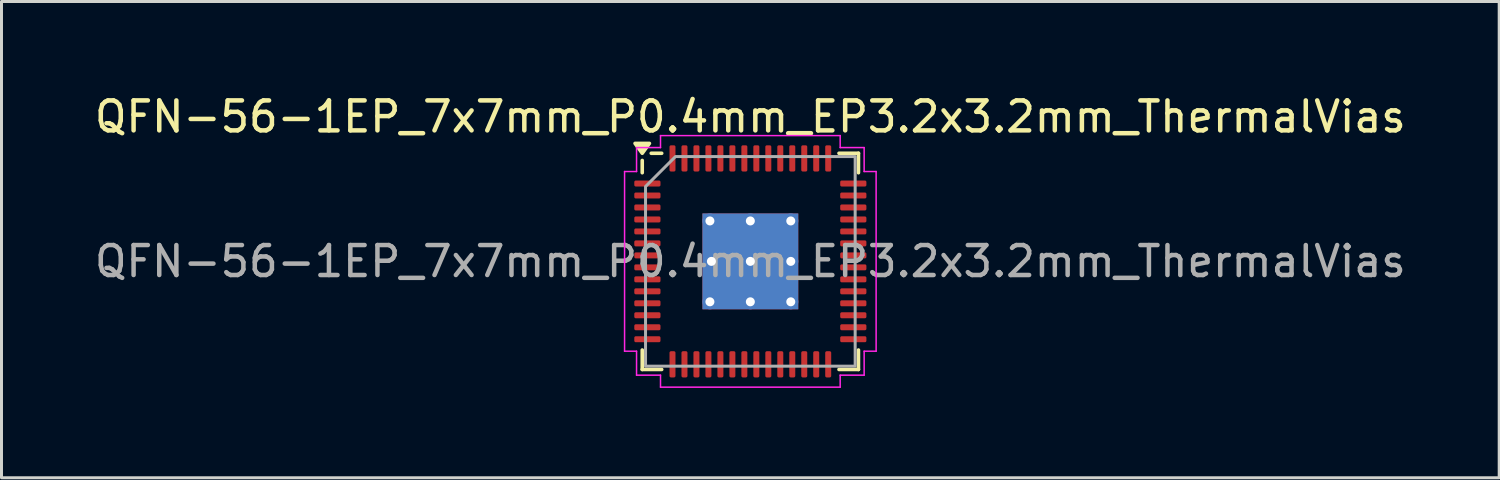
<source format=kicad_pcb>
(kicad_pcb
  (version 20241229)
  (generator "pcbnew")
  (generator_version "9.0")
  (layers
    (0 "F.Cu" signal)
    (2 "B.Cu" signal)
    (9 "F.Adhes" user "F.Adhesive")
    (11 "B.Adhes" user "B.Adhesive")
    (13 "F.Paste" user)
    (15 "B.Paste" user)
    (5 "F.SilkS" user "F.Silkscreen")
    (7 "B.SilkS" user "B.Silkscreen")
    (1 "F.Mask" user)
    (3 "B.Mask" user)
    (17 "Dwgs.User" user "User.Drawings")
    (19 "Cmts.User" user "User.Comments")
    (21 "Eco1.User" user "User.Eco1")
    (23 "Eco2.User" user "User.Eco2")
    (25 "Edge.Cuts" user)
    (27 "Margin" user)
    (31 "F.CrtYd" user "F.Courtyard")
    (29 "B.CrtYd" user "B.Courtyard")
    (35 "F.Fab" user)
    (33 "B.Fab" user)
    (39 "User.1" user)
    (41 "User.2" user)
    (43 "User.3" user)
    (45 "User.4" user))
  (footprint "QFN-56-1EP_7x7mm_P0.4mm_EP3.2x3.2mm_ThermalVias"
    (layer "F.Cu")
    (at 22.006 5.678)
    (property "Reference" "QFN-56-1EP_7x7mm_P0.4mm_EP3.2x3.2mm_ThermalVias" (at 0 -4.83 0) (layer "F.SilkS") (effects (font (size 1 1) (thickness 0.15))))
    (attr smd)
    (fp_line (start -3.61 -2.96) (end -3.61 -3.37) (stroke (width 0.12) (type solid)) (layer "F.SilkS"))
    (fp_line (start -3.61 3.61) (end -3.61 2.96) (stroke (width 0.12) (type solid)) (layer "F.SilkS"))
    (fp_line (start -2.96 -3.61) (end -3.31 -3.61) (stroke (width 0.12) (type solid)) (layer "F.SilkS"))
    (fp_line (start -2.96 3.61) (end -3.61 3.61) (stroke (width 0.12) (type solid)) (layer "F.SilkS"))
    (fp_line (start 2.96 -3.61) (end 3.61 -3.61) (stroke (width 0.12) (type solid)) (layer "F.SilkS"))
    (fp_line (start 2.96 3.61) (end 3.61 3.61) (stroke (width 0.12) (type solid)) (layer "F.SilkS"))
    (fp_line (start 3.61 -3.61) (end 3.61 -2.96) (stroke (width 0.12) (type solid)) (layer "F.SilkS"))
    (fp_line (start 3.61 3.61) (end 3.61 2.96) (stroke (width 0.12) (type solid)) (layer "F.SilkS"))
    (fp_poly (pts (xy -3.61 -3.61) (xy -3.85 -3.94) (xy -3.37 -3.94)) (stroke (width 0.12) (type solid)) (fill yes) (layer "F.SilkS"))
    (fp_line (start -4.2 -3) (end -3.8 -3) (stroke (width 0.05) (type solid)) (layer "F.CrtYd"))
    (fp_line (start -4.2 3) (end -4.2 -3) (stroke (width 0.05) (type solid)) (layer "F.CrtYd"))
    (fp_line (start -3.8 -3.8) (end -3 -3.8) (stroke (width 0.05) (type solid)) (layer "F.CrtYd"))
    (fp_line (start -3.8 -3) (end -3.8 -3.8) (stroke (width 0.05) (type solid)) (layer "F.CrtYd"))
    (fp_line (start -3.8 3) (end -4.2 3) (stroke (width 0.05) (type solid)) (layer "F.CrtYd"))
    (fp_line (start -3.8 3.8) (end -3.8 3) (stroke (width 0.05) (type solid)) (layer "F.CrtYd"))
    (fp_line (start -3 -4.2) (end 3 -4.2) (stroke (width 0.05) (type solid)) (layer "F.CrtYd"))
    (fp_line (start -3 -3.8) (end -3 -4.2) (stroke (width 0.05) (type solid)) (layer "F.CrtYd"))
    (fp_line (start -3 3.8) (end -3.8 3.8) (stroke (width 0.05) (type solid)) (layer "F.CrtYd"))
    (fp_line (start -3 4.2) (end -3 3.8) (stroke (width 0.05) (type solid)) (layer "F.CrtYd"))
    (fp_line (start 3 -4.2) (end 3 -3.8) (stroke (width 0.05) (type solid)) (layer "F.CrtYd"))
    (fp_line (start 3 -3.8) (end 3.8 -3.8) (stroke (width 0.05) (type solid)) (layer "F.CrtYd"))
    (fp_line (start 3 3.8) (end 3 4.2) (stroke (width 0.05) (type solid)) (layer "F.CrtYd"))
    (fp_line (start 3 4.2) (end -3 4.2) (stroke (width 0.05) (type solid)) (layer "F.CrtYd"))
    (fp_line (start 3.8 -3.8) (end 3.8 -3) (stroke (width 0.05) (type solid)) (layer "F.CrtYd"))
    (fp_line (start 3.8 -3) (end 4.2 -3) (stroke (width 0.05) (type solid)) (layer "F.CrtYd"))
    (fp_line (start 3.8 3) (end 3.8 3.8) (stroke (width 0.05) (type solid)) (layer "F.CrtYd"))
    (fp_line (start 3.8 3.8) (end 3 3.8) (stroke (width 0.05) (type solid)) (layer "F.CrtYd"))
    (fp_line (start 4.2 -3) (end 4.2 3) (stroke (width 0.05) (type solid)) (layer "F.CrtYd"))
    (fp_line (start 4.2 3) (end 3.8 3) (stroke (width 0.05) (type solid)) (layer "F.CrtYd"))
    (fp_poly (pts (xy -3.5 -2.5) (xy -3.5 3.5) (xy 3.5 3.5) (xy 3.5 -3.5) (xy -2.5 -3.5)) (stroke (width 0.1) (type solid)) (fill no) (layer "F.Fab"))
    (fp_text user "${REFERENCE}" (at 0 0 0) (layer "F.Fab") (effects (font (size 1 1) (thickness 0.15))))
    (pad "" smd roundrect (at -0.8 -0.8) (size 1.24 1.24) (layers "F.Paste") (roundrect_rratio 0.202))
    (pad "" smd roundrect (at -0.8 0.8) (size 1.24 1.24) (layers "F.Paste") (roundrect_rratio 0.202))
    (pad "" smd roundrect (at 0.8 -0.8) (size 1.24 1.24) (layers "F.Paste") (roundrect_rratio 0.202))
    (pad "" smd roundrect (at 0.8 0.8) (size 1.24 1.24) (layers "F.Paste") (roundrect_rratio 0.202))
    (pad "1" smd roundrect (at -3.438 -2.6) (size 0.875 0.2) (layers "F.Cu" "F.Mask" "F.Paste") (roundrect_rratio 0.25))
    (pad "2" smd roundrect (at -3.438 -2.2) (size 0.875 0.2) (layers "F.Cu" "F.Mask" "F.Paste") (roundrect_rratio 0.25))
    (pad "3" smd roundrect (at -3.438 -1.8) (size 0.875 0.2) (layers "F.Cu" "F.Mask" "F.Paste") (roundrect_rratio 0.25))
    (pad "4" smd roundrect (at -3.438 -1.4) (size 0.875 0.2) (layers "F.Cu" "F.Mask" "F.Paste") (roundrect_rratio 0.25))
    (pad "5" smd roundrect (at -3.438 -1) (size 0.875 0.2) (layers "F.Cu" "F.Mask" "F.Paste") (roundrect_rratio 0.25))
    (pad "6" smd roundrect (at -3.438 -0.6) (size 0.875 0.2) (layers "F.Cu" "F.Mask" "F.Paste") (roundrect_rratio 0.25))
    (pad "7" smd roundrect (at -3.438 -0.2) (size 0.875 0.2) (layers "F.Cu" "F.Mask" "F.Paste") (roundrect_rratio 0.25))
    (pad "8" smd roundrect (at -3.438 0.2) (size 0.875 0.2) (layers "F.Cu" "F.Mask" "F.Paste") (roundrect_rratio 0.25))
    (pad "9" smd roundrect (at -3.438 0.6) (size 0.875 0.2) (layers "F.Cu" "F.Mask" "F.Paste") (roundrect_rratio 0.25))
    (pad "10" smd roundrect (at -3.438 1) (size 0.875 0.2) (layers "F.Cu" "F.Mask" "F.Paste") (roundrect_rratio 0.25))
    (pad "11" smd roundrect (at -3.438 1.4) (size 0.875 0.2) (layers "F.Cu" "F.Mask" "F.Paste") (roundrect_rratio 0.25))
    (pad "12" smd roundrect (at -3.438 1.8) (size 0.875 0.2) (layers "F.Cu" "F.Mask" "F.Paste") (roundrect_rratio 0.25))
    (pad "13" smd roundrect (at -3.438 2.2) (size 0.875 0.2) (layers "F.Cu" "F.Mask" "F.Paste") (roundrect_rratio 0.25))
    (pad "14" smd roundrect (at -3.438 2.6) (size 0.875 0.2) (layers "F.Cu" "F.Mask" "F.Paste") (roundrect_rratio 0.25))
    (pad "15" smd roundrect (at -2.6 3.438) (size 0.2 0.875) (layers "F.Cu" "F.Mask" "F.Paste") (roundrect_rratio 0.25))
    (pad "16" smd roundrect (at -2.2 3.438) (size 0.2 0.875) (layers "F.Cu" "F.Mask" "F.Paste") (roundrect_rratio 0.25))
    (pad "17" smd roundrect (at -1.8 3.438) (size 0.2 0.875) (layers "F.Cu" "F.Mask" "F.Paste") (roundrect_rratio 0.25))
    (pad "18" smd roundrect (at -1.4 3.438) (size 0.2 0.875) (layers "F.Cu" "F.Mask" "F.Paste") (roundrect_rratio 0.25))
    (pad "19" smd roundrect (at -1 3.438) (size 0.2 0.875) (layers "F.Cu" "F.Mask" "F.Paste") (roundrect_rratio 0.25))
    (pad "20" smd roundrect (at -0.6 3.438) (size 0.2 0.875) (layers "F.Cu" "F.Mask" "F.Paste") (roundrect_rratio 0.25))
    (pad "21" smd roundrect (at -0.2 3.438) (size 0.2 0.875) (layers "F.Cu" "F.Mask" "F.Paste") (roundrect_rratio 0.25))
    (pad "22" smd roundrect (at 0.2 3.438) (size 0.2 0.875) (layers "F.Cu" "F.Mask" "F.Paste") (roundrect_rratio 0.25))
    (pad "23" smd roundrect (at 0.6 3.438) (size 0.2 0.875) (layers "F.Cu" "F.Mask" "F.Paste") (roundrect_rratio 0.25))
    (pad "24" smd roundrect (at 1 3.438) (size 0.2 0.875) (layers "F.Cu" "F.Mask" "F.Paste") (roundrect_rratio 0.25))
    (pad "25" smd roundrect (at 1.4 3.438) (size 0.2 0.875) (layers "F.Cu" "F.Mask" "F.Paste") (roundrect_rratio 0.25))
    (pad "26" smd roundrect (at 1.8 3.438) (size 0.2 0.875) (layers "F.Cu" "F.Mask" "F.Paste") (roundrect_rratio 0.25))
    (pad "27" smd roundrect (at 2.2 3.438) (size 0.2 0.875) (layers "F.Cu" "F.Mask" "F.Paste") (roundrect_rratio 0.25))
    (pad "28" smd roundrect (at 2.6 3.438) (size 0.2 0.875) (layers "F.Cu" "F.Mask" "F.Paste") (roundrect_rratio 0.25))
    (pad "29" smd roundrect (at 3.438 2.6) (size 0.875 0.2) (layers "F.Cu" "F.Mask" "F.Paste") (roundrect_rratio 0.25))
    (pad "30" smd roundrect (at 3.438 2.2) (size 0.875 0.2) (layers "F.Cu" "F.Mask" "F.Paste") (roundrect_rratio 0.25))
    (pad "31" smd roundrect (at 3.438 1.8) (size 0.875 0.2) (layers "F.Cu" "F.Mask" "F.Paste") (roundrect_rratio 0.25))
    (pad "32" smd roundrect (at 3.438 1.4) (size 0.875 0.2) (layers "F.Cu" "F.Mask" "F.Paste") (roundrect_rratio 0.25))
    (pad "33" smd roundrect (at 3.438 1) (size 0.875 0.2) (layers "F.Cu" "F.Mask" "F.Paste") (roundrect_rratio 0.25))
    (pad "34" smd roundrect (at 3.438 0.6) (size 0.875 0.2) (layers "F.Cu" "F.Mask" "F.Paste") (roundrect_rratio 0.25))
    (pad "35" smd roundrect (at 3.438 0.2) (size 0.875 0.2) (layers "F.Cu" "F.Mask" "F.Paste") (roundrect_rratio 0.25))
    (pad "36" smd roundrect (at 3.438 -0.2) (size 0.875 0.2) (layers "F.Cu" "F.Mask" "F.Paste") (roundrect_rratio 0.25))
    (pad "37" smd roundrect (at 3.438 -0.6) (size 0.875 0.2) (layers "F.Cu" "F.Mask" "F.Paste") (roundrect_rratio 0.25))
    (pad "38" smd roundrect (at 3.438 -1) (size 0.875 0.2) (layers "F.Cu" "F.Mask" "F.Paste") (roundrect_rratio 0.25))
    (pad "39" smd roundrect (at 3.438 -1.4) (size 0.875 0.2) (layers "F.Cu" "F.Mask" "F.Paste") (roundrect_rratio 0.25))
    (pad "40" smd roundrect (at 3.438 -1.8) (size 0.875 0.2) (layers "F.Cu" "F.Mask" "F.Paste") (roundrect_rratio 0.25))
    (pad "41" smd roundrect (at 3.438 -2.2) (size 0.875 0.2) (layers "F.Cu" "F.Mask" "F.Paste") (roundrect_rratio 0.25))
    (pad "42" smd roundrect (at 3.438 -2.6) (size 0.875 0.2) (layers "F.Cu" "F.Mask" "F.Paste") (roundrect_rratio 0.25))
    (pad "43" smd roundrect (at 2.6 -3.438) (size 0.2 0.875) (layers "F.Cu" "F.Mask" "F.Paste") (roundrect_rratio 0.25))
    (pad "44" smd roundrect (at 2.2 -3.438) (size 0.2 0.875) (layers "F.Cu" "F.Mask" "F.Paste") (roundrect_rratio 0.25))
    (pad "45" smd roundrect (at 1.8 -3.438) (size 0.2 0.875) (layers "F.Cu" "F.Mask" "F.Paste") (roundrect_rratio 0.25))
    (pad "46" smd roundrect (at 1.4 -3.438) (size 0.2 0.875) (layers "F.Cu" "F.Mask" "F.Paste") (roundrect_rratio 0.25))
    (pad "47" smd roundrect (at 1 -3.438) (size 0.2 0.875) (layers "F.Cu" "F.Mask" "F.Paste") (roundrect_rratio 0.25))
    (pad "48" smd roundrect (at 0.6 -3.438) (size 0.2 0.875) (layers "F.Cu" "F.Mask" "F.Paste") (roundrect_rratio 0.25))
    (pad "49" smd roundrect (at 0.2 -3.438) (size 0.2 0.875) (layers "F.Cu" "F.Mask" "F.Paste") (roundrect_rratio 0.25))
    (pad "50" smd roundrect (at -0.2 -3.438) (size 0.2 0.875) (layers "F.Cu" "F.Mask" "F.Paste") (roundrect_rratio 0.25))
    (pad "51" smd roundrect (at -0.6 -3.438) (size 0.2 0.875) (layers "F.Cu" "F.Mask" "F.Paste") (roundrect_rratio 0.25))
    (pad "52" smd roundrect (at -1 -3.438) (size 0.2 0.875) (layers "F.Cu" "F.Mask" "F.Paste") (roundrect_rratio 0.25))
    (pad "53" smd roundrect (at -1.4 -3.438) (size 0.2 0.875) (layers "F.Cu" "F.Mask" "F.Paste") (roundrect_rratio 0.25))
    (pad "54" smd roundrect (at -1.8 -3.438) (size 0.2 0.875) (layers "F.Cu" "F.Mask" "F.Paste") (roundrect_rratio 0.25))
    (pad "55" smd roundrect (at -2.2 -3.438) (size 0.2 0.875) (layers "F.Cu" "F.Mask" "F.Paste") (roundrect_rratio 0.25))
    (pad "56" smd roundrect (at -2.6 -3.438) (size 0.2 0.875) (layers "F.Cu" "F.Mask" "F.Paste") (roundrect_rratio 0.25))
    (pad "57" thru_hole circle (at -1.35 -1.35) (size 0.5 0.5) (drill 0.3) (property pad_prop_heatsink) (layers "*.Cu"))
    (pad "57" thru_hole circle (at -1.35 1.35) (size 0.5 0.5) (drill 0.3) (property pad_prop_heatsink) (layers "*.Cu"))
    (pad "57" thru_hole circle (at -1.3 0) (size 0.5 0.5) (drill 0.3) (property pad_prop_heatsink) (layers "*.Cu"))
    (pad "57" thru_hole circle (at 0 -1.35) (size 0.5 0.5) (drill 0.3) (property pad_prop_heatsink) (layers "*.Cu"))
    (pad "57" thru_hole circle (at 0 0) (size 0.5 0.5) (drill 0.3) (property pad_prop_heatsink) (layers "*.Cu"))
    (pad "57" smd rect (at 0 0) (size 3.2 3.2) (property pad_prop_heatsink) (layers "F.Cu" "F.Mask"))
    (pad "57" smd rect (at 0 0) (size 3.2 3.2) (property pad_prop_heatsink) (layers "B.Cu"))
    (pad "57" thru_hole circle (at 0 1.35) (size 0.5 0.5) (drill 0.3) (property pad_prop_heatsink) (layers "*.Cu"))
    (pad "57" thru_hole circle (at 1.35 -1.35) (size 0.5 0.5) (drill 0.3) (property pad_prop_heatsink) (layers "*.Cu"))
    (pad "57" thru_hole circle (at 1.35 0) (size 0.5 0.5) (drill 0.3) (property pad_prop_heatsink) (layers "*.Cu"))
    (pad "57" thru_hole circle (at 1.35 1.35) (size 0.5 0.5) (drill 0.3) (property pad_prop_heatsink) (layers "*.Cu")))
  (gr_rect
    (start -3 -3)
    (end 47.012 12.903)
    (stroke (width 0.1) (type default))
    (fill no)
    (layer "Edge.Cuts")))
</source>
